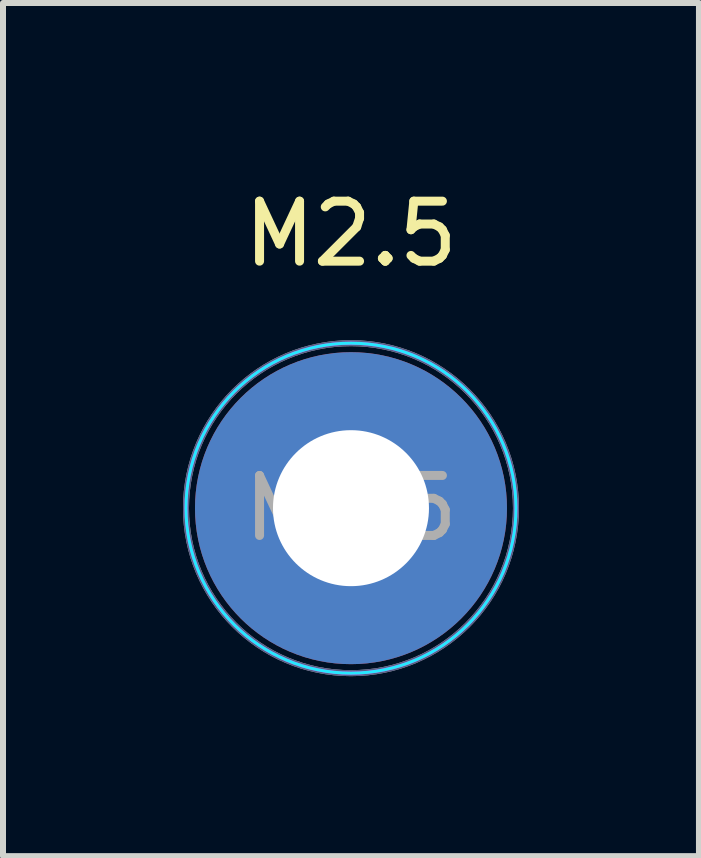
<source format=kicad_pcb>
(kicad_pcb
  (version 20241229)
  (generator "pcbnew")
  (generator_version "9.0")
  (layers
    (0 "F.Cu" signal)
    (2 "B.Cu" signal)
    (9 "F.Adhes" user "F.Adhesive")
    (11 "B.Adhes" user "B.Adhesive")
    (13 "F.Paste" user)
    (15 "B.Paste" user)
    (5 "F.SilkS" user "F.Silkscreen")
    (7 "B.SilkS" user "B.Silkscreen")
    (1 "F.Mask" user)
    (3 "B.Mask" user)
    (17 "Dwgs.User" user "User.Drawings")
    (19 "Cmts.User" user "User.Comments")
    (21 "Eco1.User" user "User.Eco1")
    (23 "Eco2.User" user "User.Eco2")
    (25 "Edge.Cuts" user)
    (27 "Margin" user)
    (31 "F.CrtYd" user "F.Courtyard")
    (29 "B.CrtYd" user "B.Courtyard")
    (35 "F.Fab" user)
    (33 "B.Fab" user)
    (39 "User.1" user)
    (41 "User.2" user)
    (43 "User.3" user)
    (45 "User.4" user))
  (footprint "M2.5"
    (layer "F.Cu")
    (at 2.8 5.42)
    (property "Reference" "M2.5" (at 0 -4.572 0) (unlocked yes) (layer "F.SilkS") (effects (font (size 1 1) (thickness 0.15))))
    (attr exclude_from_pos_files exclude_from_bom)
    (fp_circle (center 0 0) (end 2.75 0) (stroke (width 0.05) (type solid)) (fill no) (layer "B.CrtYd"))
    (fp_circle (center 0 0) (end 2.75 0) (stroke (width 0.05) (type solid)) (fill no) (layer "F.CrtYd"))
    (fp_circle (center 0 0) (end 2.75 0) (stroke (width 0.1) (type solid)) (fill no) (layer "B.Fab"))
    (fp_circle (center 0 0) (end 2.75 0) (stroke (width 0.1) (type solid)) (fill no) (layer "F.Fab"))
    (fp_text user "${REFERENCE}" (at 0 0 0) (unlocked yes) (layer "F.Fab") (effects (font (size 1 1) (thickness 0.15))))
    (pad "1" thru_hole circle (at 0 0) (size 5.2 5.2) (drill 2.6) (layers "*.Cu" "*.Mask")))
  (gr_rect
    (start -3 -3)
    (end 8.6 11.22)
    (stroke (width 0.1) (type default))
    (fill no)
    (layer "Edge.Cuts")))
</source>
